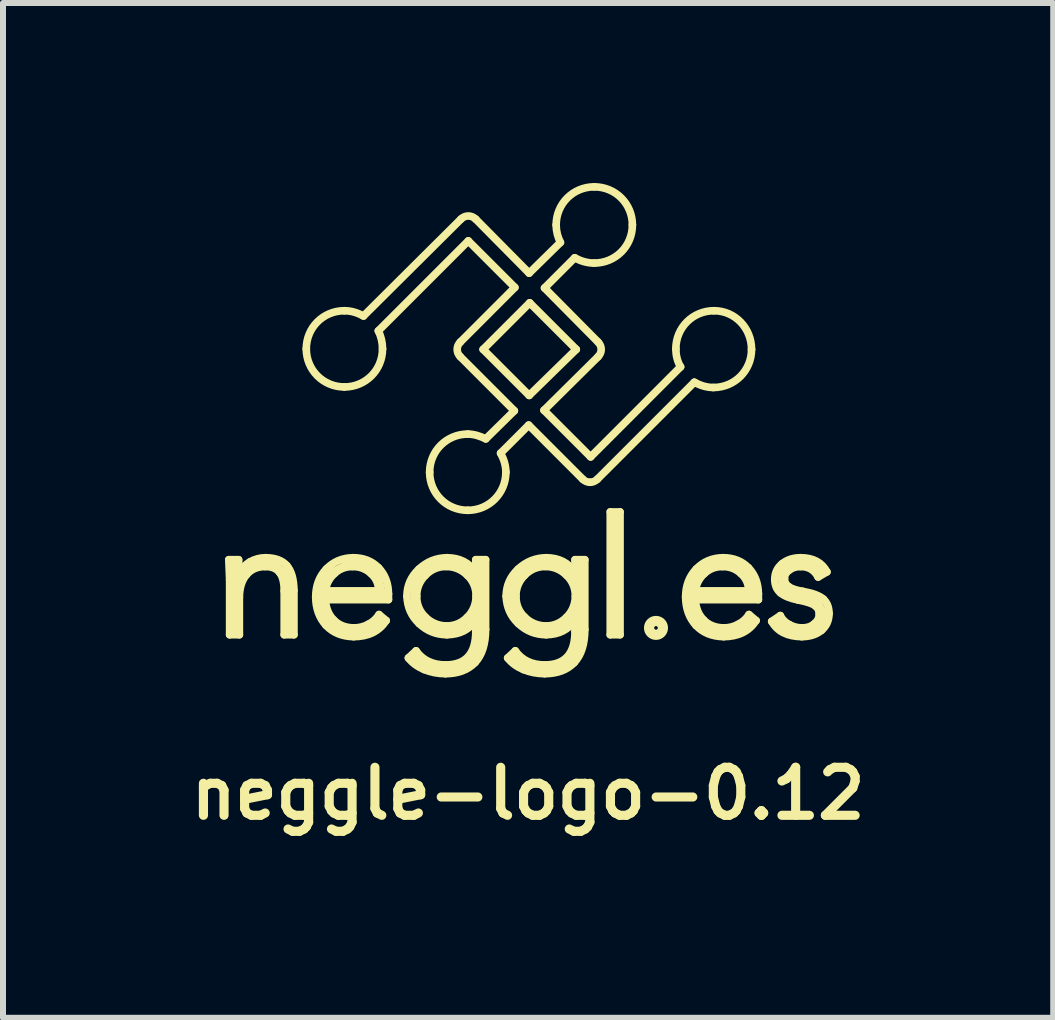
<source format=kicad_pcb>
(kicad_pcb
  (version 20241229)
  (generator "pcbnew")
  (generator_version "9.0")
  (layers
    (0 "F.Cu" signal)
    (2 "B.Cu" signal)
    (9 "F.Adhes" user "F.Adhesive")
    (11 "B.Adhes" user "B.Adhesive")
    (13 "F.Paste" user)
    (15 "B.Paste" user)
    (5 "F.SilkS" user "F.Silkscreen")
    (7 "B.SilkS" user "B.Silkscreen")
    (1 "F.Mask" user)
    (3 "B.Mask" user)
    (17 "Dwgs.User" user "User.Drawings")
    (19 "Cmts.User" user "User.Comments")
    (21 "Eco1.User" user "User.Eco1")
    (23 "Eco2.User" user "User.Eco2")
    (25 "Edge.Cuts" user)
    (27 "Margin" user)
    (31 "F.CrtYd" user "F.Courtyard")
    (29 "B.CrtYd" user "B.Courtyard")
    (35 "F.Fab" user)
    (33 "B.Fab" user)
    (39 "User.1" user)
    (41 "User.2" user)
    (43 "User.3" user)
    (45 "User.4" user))
  (footprint "neggle-logo-0.12"
    (layer "F.Cu")
    (at 5.749 9.671)
    (property "Reference" "neggle-logo-0.12" (at 0 0.5 0) (layer "F.SilkS") (effects (font (size 0.8 0.8) (thickness 0.152))))
    (attr through_hole)
    (fp_line (start -4.9 -3.325) (end -4.9 -3.1) (stroke (width 0.12) (type solid)) (layer "F.SilkS"))
    (fp_line (start -4.875 -3.025) (end -4.9 -2.25) (stroke (width 0.12) (type solid)) (layer "F.SilkS"))
    (fp_line (start -4.675 -3.275) (end -4.875 -3.025) (stroke (width 0.12) (type solid)) (layer "F.SilkS"))
    (fp_line (start -4.45 -3.325) (end -4.675 -3.275) (stroke (width 0.12) (type solid)) (layer "F.SilkS"))
    (fp_line (start -4.225 -3.325) (end -4.45 -3.325) (stroke (width 0.12) (type solid)) (layer "F.SilkS"))
    (fp_line (start -4.025 -3.15) (end -4.225 -3.325) (stroke (width 0.12) (type solid)) (layer "F.SilkS"))
    (fp_line (start -3.975 -2.225) (end -4.025 -3.15) (stroke (width 0.12) (type solid)) (layer "F.SilkS"))
    (fp_line (start -3.45 -2.875) (end -3.425 -2.525) (stroke (width 0.12) (type solid)) (layer "F.SilkS"))
    (fp_line (start -3.425 -2.8) (end -2.425 -2.8) (stroke (width 0.12) (type solid)) (layer "F.SilkS"))
    (fp_line (start -3.425 -2.525) (end -3.175 -2.25) (stroke (width 0.12) (type solid)) (layer "F.SilkS"))
    (fp_line (start -3.3 -3.175) (end -3.45 -2.875) (stroke (width 0.12) (type solid)) (layer "F.SilkS"))
    (fp_line (start -3.175 -2.25) (end -2.9 -2.175) (stroke (width 0.12) (type solid)) (layer "F.SilkS"))
    (fp_line (start -2.95 -3.35) (end -3.3 -3.175) (stroke (width 0.12) (type solid)) (layer "F.SilkS"))
    (fp_line (start -2.9 -3.35) (end -2.6 -3.25) (stroke (width 0.12) (type solid)) (layer "F.SilkS"))
    (fp_line (start -2.9 -2.175) (end -2.475 -2.375) (stroke (width 0.12) (type solid)) (layer "F.SilkS"))
    (fp_line (start -2.6 -3.25) (end -2.525 -3.15) (stroke (width 0.12) (type solid)) (layer "F.SilkS"))
    (fp_line (start -2.525 -3.15) (end -2.95 -3.35) (stroke (width 0.12) (type solid)) (layer "F.SilkS"))
    (fp_line (start -2.475 -2.375) (end -2.675 -2.2) (stroke (width 0.12) (type solid)) (layer "F.SilkS"))
    (fp_line (start -2.425 -2.8) (end -2.5 -3.15) (stroke (width 0.12) (type solid)) (layer "F.SilkS"))
    (fp_line (start -1.9 -3) (end -1.675 -3.25) (stroke (width 0.12) (type solid)) (layer "F.SilkS"))
    (fp_line (start -1.9 -2.625) (end -1.9 -3) (stroke (width 0.12) (type solid)) (layer "F.SilkS"))
    (fp_line (start -1.75 -1.65) (end -1.875 -1.75) (stroke (width 0.12) (type solid)) (layer "F.SilkS"))
    (fp_line (start -1.675 -3.25) (end -1.45 -3.35) (stroke (width 0.12) (type solid)) (layer "F.SilkS"))
    (fp_line (start -1.675 -2.3) (end -1.9 -2.625) (stroke (width 0.12) (type solid)) (layer "F.SilkS"))
    (fp_line (start -1.575 -2.275) (end -1.375 -2.2) (stroke (width 0.12) (type solid)) (layer "F.SilkS"))
    (fp_line (start -1.45 -3.35) (end -1.1 -3.3) (stroke (width 0.12) (type solid)) (layer "F.SilkS"))
    (fp_line (start -1.325 -1.575) (end -1.75 -1.65) (stroke (width 0.12) (type solid)) (layer "F.SilkS"))
    (fp_line (start -1.175 -2.25) (end -1.675 -2.3) (stroke (width 0.12) (type solid)) (layer "F.SilkS"))
    (fp_line (start -1.1 -3.3) (end -0.875 -3.075) (stroke (width 0.12) (type solid)) (layer "F.SilkS"))
    (fp_line (start -1 -1.7) (end -1.325 -1.575) (stroke (width 0.12) (type solid)) (layer "F.SilkS"))
    (fp_line (start -0.86 -3.1) (end -0.87 -2.5) (stroke (width 0.12) (type solid)) (layer "F.SilkS"))
    (fp_line (start -0.85 -2.55) (end -1.175 -2.25) (stroke (width 0.12) (type solid)) (layer "F.SilkS"))
    (fp_line (start -0.8 -3.325) (end -0.8 -2) (stroke (width 0.12) (type solid)) (layer "F.SilkS"))
    (fp_line (start -0.8 -2) (end -0.95 -1.75) (stroke (width 0.12) (type solid)) (layer "F.SilkS"))
    (fp_line (start -0.275 -2.825) (end -0.15 -3.15) (stroke (width 0.12) (type solid)) (layer "F.SilkS"))
    (fp_line (start -0.2 -2.475) (end -0.275 -2.825) (stroke (width 0.12) (type solid)) (layer "F.SilkS"))
    (fp_line (start -0.15 -3.15) (end 0.1 -3.3) (stroke (width 0.12) (type solid)) (layer "F.SilkS"))
    (fp_line (start 0.075 -2.275) (end -0.2 -2.475) (stroke (width 0.12) (type solid)) (layer "F.SilkS"))
    (fp_line (start 0.1 -3.3) (end 0.4 -3.35) (stroke (width 0.12) (type solid)) (layer "F.SilkS"))
    (fp_line (start 0.3 -1.55) (end -0.25 -1.75) (stroke (width 0.12) (type solid)) (layer "F.SilkS"))
    (fp_line (start 0.4 -3.35) (end 0.65 -3.225) (stroke (width 0.12) (type solid)) (layer "F.SilkS"))
    (fp_line (start 0.45 -2.225) (end 0.075 -2.275) (stroke (width 0.12) (type solid)) (layer "F.SilkS"))
    (fp_line (start 0.65 -3.225) (end 0.8 -3.05) (stroke (width 0.12) (type solid)) (layer "F.SilkS"))
    (fp_line (start 0.75 -2.5) (end 0.5 -2.225) (stroke (width 0.12) (type solid)) (layer "F.SilkS"))
    (fp_line (start 0.8 -1.775) (end 0.3 -1.55) (stroke (width 0.12) (type solid)) (layer "F.SilkS"))
    (fp_line (start 0.85 -2.325) (end 0.85 -2.025) (stroke (width 0.12) (type solid)) (layer "F.SilkS"))
    (fp_line (start 0.875 -3.3) (end 0.8 -1.775) (stroke (width 0.12) (type solid)) (layer "F.SilkS"))
    (fp_line (start 1.45 -4.1) (end 1.45 -2.2) (stroke (width 0.12) (type solid)) (layer "F.SilkS"))
    (fp_line (start 2.7 -2.9) (end 2.7 -2.7) (stroke (width 0.12) (type solid)) (layer "F.SilkS"))
    (fp_line (start 2.7 -2.8) (end 3.75 -2.8) (stroke (width 0.12) (type solid)) (layer "F.SilkS"))
    (fp_line (start 2.7 -2.7) (end 2.8 -2.45) (stroke (width 0.12) (type solid)) (layer "F.SilkS"))
    (fp_line (start 2.75 -3.05) (end 2.7 -2.9) (stroke (width 0.12) (type solid)) (layer "F.SilkS"))
    (fp_line (start 2.8 -2.45) (end 2.9 -2.3) (stroke (width 0.12) (type solid)) (layer "F.SilkS"))
    (fp_line (start 2.85 -3.2) (end 2.75 -3.05) (stroke (width 0.12) (type solid)) (layer "F.SilkS"))
    (fp_line (start 2.9 -2.3) (end 3.15 -2.2) (stroke (width 0.12) (type solid)) (layer "F.SilkS"))
    (fp_line (start 3.1 -3.3) (end 2.85 -3.2) (stroke (width 0.12) (type solid)) (layer "F.SilkS"))
    (fp_line (start 3.15 -2.2) (end 3.45 -2.2) (stroke (width 0.12) (type solid)) (layer "F.SilkS"))
    (fp_line (start 3.4 -3.35) (end 3.1 -3.3) (stroke (width 0.12) (type solid)) (layer "F.SilkS"))
    (fp_line (start 3.45 -2.2) (end 3.65 -2.35) (stroke (width 0.12) (type solid)) (layer "F.SilkS"))
    (fp_line (start 3.6 -3.2) (end 3.4 -3.35) (stroke (width 0.12) (type solid)) (layer "F.SilkS"))
    (fp_line (start 3.675 -2.4) (end 3.725 -2.375) (stroke (width 0.12) (type solid)) (layer "F.SilkS"))
    (fp_line (start 3.75 -2.95) (end 3.6 -3.2) (stroke (width 0.12) (type solid)) (layer "F.SilkS"))
    (fp_line (start 3.75 -2.8) (end 3.75 -2.95) (stroke (width 0.12) (type solid)) (layer "F.SilkS"))
    (fp_line (start 4.175 -2.325) (end 4.525 -2.15) (stroke (width 0.12) (type solid)) (layer "F.SilkS"))
    (fp_line (start 4.2 -3.2) (end 4.45 -3.35) (stroke (width 0.12) (type solid)) (layer "F.SilkS"))
    (fp_line (start 4.2 -2.35) (end 4.35 -2.25) (stroke (width 0.12) (type solid)) (layer "F.SilkS"))
    (fp_line (start 4.25 -2.9) (end 4.2 -3.2) (stroke (width 0.12) (type solid)) (layer "F.SilkS"))
    (fp_line (start 4.35 -2.25) (end 4.6 -2.2) (stroke (width 0.12) (type solid)) (layer "F.SilkS"))
    (fp_line (start 4.45 -3.35) (end 4.65 -3.35) (stroke (width 0.12) (type solid)) (layer "F.SilkS"))
    (fp_line (start 4.6 -2.2) (end 4.8 -2.25) (stroke (width 0.12) (type solid)) (layer "F.SilkS"))
    (fp_line (start 4.65 -3.35) (end 4.85 -3.2) (stroke (width 0.12) (type solid)) (layer "F.SilkS"))
    (fp_line (start 4.8 -2.75) (end 4.25 -2.9) (stroke (width 0.12) (type solid)) (layer "F.SilkS"))
    (fp_line (start 4.8 -2.25) (end 4.95 -2.45) (stroke (width 0.12) (type solid)) (layer "F.SilkS"))
    (fp_line (start 4.95 -2.45) (end 4.8 -2.75) (stroke (width 0.12) (type solid)) (layer "F.SilkS"))
    (fp_circle (center 2.13 -2.26) (end 2.16 -2.26) (stroke (width 0.12) (type solid)) (fill no) (layer "F.SilkS"))
    (fp_circle (center 2.13 -2.26) (end 2.27 -2.27) (stroke (width 0.12) (type solid)) (fill no) (layer "F.SilkS"))
    (fp_curve (pts (xy -4.987 -3.396) (xy -4.987 -3.396) (xy -4.824 -3.396) (xy -4.824 -3.396)) (stroke (width 0.127) (type solid)) (layer "F.SilkS"))
    (fp_curve (pts (xy -4.973 -3.058) (xy -4.975 -3.11) (xy -4.98 -3.223) (xy -4.987 -3.396)) (stroke (width 0.127) (type solid)) (layer "F.SilkS"))
    (fp_curve (pts (xy -4.973 -2.146) (xy -4.973 -2.146) (xy -4.973 -3.058) (xy -4.973 -3.058)) (stroke (width 0.127) (type solid)) (layer "F.SilkS"))
    (fp_curve (pts (xy -4.824 -3.396) (xy -4.821 -3.254) (xy -4.817 -3.181) (xy -4.814 -3.177)) (stroke (width 0.127) (type solid)) (layer "F.SilkS"))
    (fp_curve (pts (xy -4.814 -3.177) (xy -4.814 -3.177) (xy -4.806 -3.177) (xy -4.806 -3.177)) (stroke (width 0.127) (type solid)) (layer "F.SilkS"))
    (fp_curve (pts (xy -4.811 -2.766) (xy -4.811 -2.766) (xy -4.811 -2.146) (xy -4.811 -2.146)) (stroke (width 0.127) (type solid)) (layer "F.SilkS"))
    (fp_curve (pts (xy -4.811 -2.146) (xy -4.811 -2.146) (xy -4.973 -2.146) (xy -4.973 -2.146)) (stroke (width 0.127) (type solid)) (layer "F.SilkS"))
    (fp_curve (pts (xy -4.806 -3.177) (xy -4.769 -3.253) (xy -4.712 -3.314) (xy -4.634 -3.36)) (stroke (width 0.127) (type solid)) (layer "F.SilkS"))
    (fp_curve (pts (xy -4.692 -3.146) (xy -4.769 -3.055) (xy -4.809 -2.928) (xy -4.811 -2.766)) (stroke (width 0.127) (type solid)) (layer "F.SilkS"))
    (fp_curve (pts (xy -4.634 -3.36) (xy -4.556 -3.405) (xy -4.468 -3.429) (xy -4.378 -3.429)) (stroke (width 0.127) (type solid)) (layer "F.SilkS"))
    (fp_curve (pts (xy -4.378 -3.429) (xy -4.216 -3.429) (xy -4.096 -3.385) (xy -4.02 -3.297)) (stroke (width 0.127) (type solid)) (layer "F.SilkS"))
    (fp_curve (pts (xy -4.378 -3.282) (xy -4.51 -3.282) (xy -4.614 -3.237) (xy -4.692 -3.146)) (stroke (width 0.127) (type solid)) (layer "F.SilkS"))
    (fp_curve (pts (xy -4.141 -3.184) (xy -4.193 -3.25) (xy -4.272 -3.282) (xy -4.378 -3.282)) (stroke (width 0.127) (type solid)) (layer "F.SilkS"))
    (fp_curve (pts (xy -4.064 -2.877) (xy -4.064 -3.016) (xy -4.09 -3.118) (xy -4.141 -3.184)) (stroke (width 0.127) (type solid)) (layer "F.SilkS"))
    (fp_curve (pts (xy -4.064 -2.146) (xy -4.064 -2.146) (xy -4.064 -2.877) (xy -4.064 -2.877)) (stroke (width 0.127) (type solid)) (layer "F.SilkS"))
    (fp_curve (pts (xy -4.02 -3.297) (xy -3.943 -3.21) (xy -3.904 -3.072) (xy -3.902 -2.885)) (stroke (width 0.127) (type solid)) (layer "F.SilkS"))
    (fp_curve (pts (xy -3.902 -2.885) (xy -3.902 -2.885) (xy -3.902 -2.146) (xy -3.902 -2.146)) (stroke (width 0.127) (type solid)) (layer "F.SilkS"))
    (fp_curve (pts (xy -3.902 -2.146) (xy -3.902 -2.146) (xy -4.064 -2.146) (xy -4.064 -2.146)) (stroke (width 0.127) (type solid)) (layer "F.SilkS"))
    (fp_curve (pts (xy -3.696 -6.909) (xy -3.696 -6.556) (xy -3.414 -6.274) (xy -3.061 -6.274)) (stroke (width 0.127) (type solid)) (layer "F.SilkS"))
    (fp_curve (pts (xy -3.539 -2.774) (xy -3.539 -2.962) (xy -3.48 -3.117) (xy -3.362 -3.241)) (stroke (width 0.127) (type solid)) (layer "F.SilkS"))
    (fp_curve (pts (xy -3.377 -2.731) (xy -3.37 -2.59) (xy -3.323 -2.477) (xy -3.238 -2.391)) (stroke (width 0.127) (type solid)) (layer "F.SilkS"))
    (fp_curve (pts (xy -3.377 -2.877) (xy -3.377 -2.877) (xy -2.49 -2.877) (xy -2.49 -2.877)) (stroke (width 0.127) (type solid)) (layer "F.SilkS"))
    (fp_curve (pts (xy -3.365 -2.3) (xy -3.479 -2.423) (xy -3.538 -2.581) (xy -3.539 -2.774)) (stroke (width 0.127) (type solid)) (layer "F.SilkS"))
    (fp_curve (pts (xy -3.362 -3.241) (xy -3.244 -3.364) (xy -3.095 -3.427) (xy -2.914 -3.429)) (stroke (width 0.127) (type solid)) (layer "F.SilkS"))
    (fp_curve (pts (xy -3.238 -2.391) (xy -3.152 -2.305) (xy -3.041 -2.262) (xy -2.904 -2.26)) (stroke (width 0.127) (type solid)) (layer "F.SilkS"))
    (fp_curve (pts (xy -3.228 -3.165) (xy -3.313 -3.086) (xy -3.363 -2.99) (xy -3.377 -2.877)) (stroke (width 0.127) (type solid)) (layer "F.SilkS"))
    (fp_curve (pts (xy -3.061 -7.544) (xy -3.414 -7.544) (xy -3.696 -7.262) (xy -3.696 -6.909)) (stroke (width 0.127) (type solid)) (layer "F.SilkS"))
    (fp_curve (pts (xy -3.061 -6.274) (xy -2.708 -6.274) (xy -2.426 -6.556) (xy -2.426 -6.909)) (stroke (width 0.127) (type solid)) (layer "F.SilkS"))
    (fp_curve (pts (xy -2.925 -3.282) (xy -3.042 -3.282) (xy -3.143 -3.243) (xy -3.228 -3.165)) (stroke (width 0.127) (type solid)) (layer "F.SilkS"))
    (fp_curve (pts (xy -2.914 -3.429) (xy -2.741 -3.429) (xy -2.601 -3.373) (xy -2.492 -3.261)) (stroke (width 0.127) (type solid)) (layer "F.SilkS"))
    (fp_curve (pts (xy -2.906 -2.114) (xy -3.097 -2.116) (xy -3.25 -2.178) (xy -3.365 -2.3)) (stroke (width 0.127) (type solid)) (layer "F.SilkS"))
    (fp_curve (pts (xy -2.904 -2.26) (xy -2.819 -2.26) (xy -2.738 -2.28) (xy -2.661 -2.321)) (stroke (width 0.127) (type solid)) (layer "F.SilkS"))
    (fp_curve (pts (xy -2.743 -7.456) (xy -2.84 -7.509) (xy -2.946 -7.544) (xy -3.061 -7.544)) (stroke (width 0.127) (type solid)) (layer "F.SilkS"))
    (fp_curve (pts (xy -2.661 -2.321) (xy -2.585 -2.361) (xy -2.526 -2.415) (xy -2.484 -2.482)) (stroke (width 0.127) (type solid)) (layer "F.SilkS"))
    (fp_curve (pts (xy -2.617 -3.165) (xy -2.702 -3.243) (xy -2.804 -3.282) (xy -2.925 -3.282)) (stroke (width 0.127) (type solid)) (layer "F.SilkS"))
    (fp_curve (pts (xy -2.496 -7.209) (xy -2.496 -7.209) (xy -0.997 -8.708) (xy -0.997 -8.708)) (stroke (width 0.127) (type solid)) (layer "F.SilkS"))
    (fp_curve (pts (xy -2.492 -3.261) (xy -2.384 -3.149) (xy -2.329 -3.005) (xy -2.327 -2.828)) (stroke (width 0.127) (type solid)) (layer "F.SilkS"))
    (fp_curve (pts (xy -2.49 -2.877) (xy -2.49 -2.99) (xy -2.532 -3.086) (xy -2.617 -3.165)) (stroke (width 0.127) (type solid)) (layer "F.SilkS"))
    (fp_curve (pts (xy -2.484 -2.482) (xy -2.484 -2.482) (xy -2.365 -2.382) (xy -2.365 -2.382)) (stroke (width 0.127) (type solid)) (layer "F.SilkS"))
    (fp_curve (pts (xy -2.426 -6.909) (xy -2.426 -7.015) (xy -2.452 -7.121) (xy -2.496 -7.209)) (stroke (width 0.127) (type solid)) (layer "F.SilkS"))
    (fp_curve (pts (xy -2.365 -2.382) (xy -2.482 -2.203) (xy -2.663 -2.114) (xy -2.906 -2.114)) (stroke (width 0.127) (type solid)) (layer "F.SilkS"))
    (fp_curve (pts (xy -2.327 -2.828) (xy -2.327 -2.828) (xy -2.327 -2.731) (xy -2.327 -2.731)) (stroke (width 0.127) (type solid)) (layer "F.SilkS"))
    (fp_curve (pts (xy -2.327 -2.731) (xy -2.327 -2.731) (xy -3.377 -2.731) (xy -3.377 -2.731)) (stroke (width 0.127) (type solid)) (layer "F.SilkS"))
    (fp_curve (pts (xy -2.019 -2.788) (xy -2.019 -2.964) (xy -1.953 -3.115) (xy -1.82 -3.239)) (stroke (width 0.127) (type solid)) (layer "F.SilkS"))
    (fp_curve (pts (xy -1.995 -1.759) (xy -1.995 -1.759) (xy -1.867 -1.878) (xy -1.867 -1.878)) (stroke (width 0.127) (type solid)) (layer "F.SilkS"))
    (fp_curve (pts (xy -1.867 -1.878) (xy -1.756 -1.721) (xy -1.591 -1.643) (xy -1.375 -1.643)) (stroke (width 0.127) (type solid)) (layer "F.SilkS"))
    (fp_curve (pts (xy -1.857 -2.787) (xy -1.857 -2.65) (xy -1.808 -2.534) (xy -1.712 -2.44)) (stroke (width 0.127) (type solid)) (layer "F.SilkS"))
    (fp_curve (pts (xy -1.82 -3.239) (xy -1.687 -3.364) (xy -1.531 -3.427) (xy -1.351 -3.429)) (stroke (width 0.127) (type solid)) (layer "F.SilkS"))
    (fp_curve (pts (xy -1.816 -2.332) (xy -1.946 -2.455) (xy -2.013 -2.607) (xy -2.019 -2.788)) (stroke (width 0.127) (type solid)) (layer "F.SilkS"))
    (fp_curve (pts (xy -1.732 -1.566) (xy -1.842 -1.612) (xy -1.93 -1.676) (xy -1.995 -1.759)) (stroke (width 0.127) (type solid)) (layer "F.SilkS"))
    (fp_curve (pts (xy -1.713 -3.135) (xy -1.809 -3.037) (xy -1.857 -2.921) (xy -1.857 -2.787)) (stroke (width 0.127) (type solid)) (layer "F.SilkS"))
    (fp_curve (pts (xy -1.712 -2.44) (xy -1.615 -2.345) (xy -1.498 -2.296) (xy -1.361 -2.292)) (stroke (width 0.127) (type solid)) (layer "F.SilkS"))
    (fp_curve (pts (xy -1.641 -4.854) (xy -1.641 -4.501) (xy -1.359 -4.219) (xy -1.006 -4.219)) (stroke (width 0.127) (type solid)) (layer "F.SilkS"))
    (fp_curve (pts (xy -1.378 -1.497) (xy -1.504 -1.497) (xy -1.622 -1.52) (xy -1.732 -1.566)) (stroke (width 0.127) (type solid)) (layer "F.SilkS"))
    (fp_curve (pts (xy -1.375 -1.643) (xy -1.039 -1.643) (xy -0.872 -1.83) (xy -0.872 -2.203)) (stroke (width 0.127) (type solid)) (layer "F.SilkS"))
    (fp_curve (pts (xy -1.364 -3.283) (xy -1.501 -3.283) (xy -1.618 -3.233) (xy -1.713 -3.135)) (stroke (width 0.127) (type solid)) (layer "F.SilkS"))
    (fp_curve (pts (xy -1.361 -2.292) (xy -1.226 -2.292) (xy -1.111 -2.34) (xy -1.015 -2.436)) (stroke (width 0.127) (type solid)) (layer "F.SilkS"))
    (fp_curve (pts (xy -1.351 -2.146) (xy -1.531 -2.146) (xy -1.686 -2.208) (xy -1.816 -2.332)) (stroke (width 0.127) (type solid)) (layer "F.SilkS"))
    (fp_curve (pts (xy -1.351 -3.429) (xy -1.138 -3.427) (xy -0.98 -3.346) (xy -0.877 -3.185)) (stroke (width 0.127) (type solid)) (layer "F.SilkS"))
    (fp_curve (pts (xy -1.129 -7.023) (xy -1.2 -6.953) (xy -1.2 -6.847) (xy -1.129 -6.777)) (stroke (width 0.127) (type solid)) (layer "F.SilkS"))
    (fp_curve (pts (xy -1.129 -6.777) (xy -1.129 -6.777) (xy -0.23 -5.877) (xy -0.23 -5.877)) (stroke (width 0.127) (type solid)) (layer "F.SilkS"))
    (fp_curve (pts (xy -1.12 -9.07) (xy -1.12 -9.07) (xy -2.743 -7.456) (xy -2.743 -7.456)) (stroke (width 0.127) (type solid)) (layer "F.SilkS"))
    (fp_curve (pts (xy -1.015 -2.436) (xy -0.92 -2.531) (xy -0.87 -2.649) (xy -0.866 -2.787)) (stroke (width 0.127) (type solid)) (layer "F.SilkS"))
    (fp_curve (pts (xy -1.012 -3.136) (xy -1.11 -3.232) (xy -1.227 -3.281) (xy -1.364 -3.283)) (stroke (width 0.127) (type solid)) (layer "F.SilkS"))
    (fp_curve (pts (xy -1.006 -5.489) (xy -1.359 -5.489) (xy -1.641 -5.206) (xy -1.641 -4.854)) (stroke (width 0.127) (type solid)) (layer "F.SilkS"))
    (fp_curve (pts (xy -1.006 -4.219) (xy -0.653 -4.219) (xy -0.371 -4.501) (xy -0.371 -4.854)) (stroke (width 0.127) (type solid)) (layer "F.SilkS"))
    (fp_curve (pts (xy -0.997 -8.708) (xy -0.997 -8.708) (xy -0.221 -7.932) (xy -0.221 -7.932)) (stroke (width 0.127) (type solid)) (layer "F.SilkS"))
    (fp_curve (pts (xy -0.885 -1.682) (xy -1.003 -1.559) (xy -1.167 -1.497) (xy -1.378 -1.497)) (stroke (width 0.127) (type solid)) (layer "F.SilkS"))
    (fp_curve (pts (xy -0.877 -2.39) (xy -0.978 -2.231) (xy -1.136 -2.15) (xy -1.351 -2.146)) (stroke (width 0.127) (type solid)) (layer "F.SilkS"))
    (fp_curve (pts (xy -0.877 -3.185) (xy -0.877 -3.185) (xy -0.872 -3.185) (xy -0.872 -3.185)) (stroke (width 0.127) (type solid)) (layer "F.SilkS"))
    (fp_curve (pts (xy -0.873 -9.07) (xy -0.944 -9.14) (xy -1.05 -9.14) (xy -1.12 -9.07)) (stroke (width 0.127) (type solid)) (layer "F.SilkS"))
    (fp_curve (pts (xy -0.872 -3.396) (xy -0.872 -3.396) (xy -0.709 -3.396) (xy -0.709 -3.396)) (stroke (width 0.127) (type solid)) (layer "F.SilkS"))
    (fp_curve (pts (xy -0.872 -3.185) (xy -0.872 -3.185) (xy -0.872 -3.396) (xy -0.872 -3.396)) (stroke (width 0.127) (type solid)) (layer "F.SilkS"))
    (fp_curve (pts (xy -0.872 -2.39) (xy -0.872 -2.39) (xy -0.877 -2.39) (xy -0.877 -2.39)) (stroke (width 0.127) (type solid)) (layer "F.SilkS"))
    (fp_curve (pts (xy -0.872 -2.203) (xy -0.872 -2.203) (xy -0.872 -2.39) (xy -0.872 -2.39)) (stroke (width 0.127) (type solid)) (layer "F.SilkS"))
    (fp_curve (pts (xy -0.866 -2.787) (xy -0.866 -2.925) (xy -0.915 -3.041) (xy -1.012 -3.136)) (stroke (width 0.127) (type solid)) (layer "F.SilkS"))
    (fp_curve (pts (xy -0.75 -6.9) (xy -0.75 -6.9) (xy 0.026 -7.676) (xy 0.026 -7.676)) (stroke (width 0.127) (type solid)) (layer "F.SilkS"))
    (fp_curve (pts (xy -0.709 -3.396) (xy -0.709 -3.396) (xy -0.709 -2.233) (xy -0.709 -2.233)) (stroke (width 0.127) (type solid)) (layer "F.SilkS"))
    (fp_curve (pts (xy -0.709 -2.233) (xy -0.709 -1.989) (xy -0.768 -1.806) (xy -0.885 -1.682)) (stroke (width 0.127) (type solid)) (layer "F.SilkS"))
    (fp_curve (pts (xy -0.706 -5.409) (xy -0.794 -5.453) (xy -0.9 -5.489) (xy -1.006 -5.489)) (stroke (width 0.127) (type solid)) (layer "F.SilkS"))
    (fp_curve (pts (xy -0.459 -5.171) (xy -0.459 -5.171) (xy 0.009 -5.639) (xy 0.009 -5.639)) (stroke (width 0.127) (type solid)) (layer "F.SilkS"))
    (fp_curve (pts (xy -0.371 -4.854) (xy -0.371 -4.968) (xy -0.406 -5.074) (xy -0.459 -5.171)) (stroke (width 0.127) (type solid)) (layer "F.SilkS"))
    (fp_curve (pts (xy -0.366 -2.788) (xy -0.366 -2.964) (xy -0.299 -3.115) (xy -0.167 -3.239)) (stroke (width 0.127) (type solid)) (layer "F.SilkS"))
    (fp_curve (pts (xy -0.341 -1.759) (xy -0.341 -1.759) (xy -0.214 -1.878) (xy -0.214 -1.878)) (stroke (width 0.127) (type solid)) (layer "F.SilkS"))
    (fp_curve (pts (xy -0.23 -5.877) (xy -0.23 -5.877) (xy -0.706 -5.409) (xy -0.706 -5.409)) (stroke (width 0.127) (type solid)) (layer "F.SilkS"))
    (fp_curve (pts (xy -0.221 -7.932) (xy -0.221 -7.932) (xy -1.129 -7.023) (xy -1.129 -7.023)) (stroke (width 0.127) (type solid)) (layer "F.SilkS"))
    (fp_curve (pts (xy -0.214 -1.878) (xy -0.102 -1.721) (xy 0.062 -1.643) (xy 0.278 -1.643)) (stroke (width 0.127) (type solid)) (layer "F.SilkS"))
    (fp_curve (pts (xy -0.203 -2.787) (xy -0.203 -2.65) (xy -0.155 -2.534) (xy -0.059 -2.44)) (stroke (width 0.127) (type solid)) (layer "F.SilkS"))
    (fp_curve (pts (xy -0.167 -3.239) (xy -0.034 -3.364) (xy 0.122 -3.427) (xy 0.302 -3.429)) (stroke (width 0.127) (type solid)) (layer "F.SilkS"))
    (fp_curve (pts (xy -0.163 -2.332) (xy -0.293 -2.455) (xy -0.36 -2.607) (xy -0.366 -2.788)) (stroke (width 0.127) (type solid)) (layer "F.SilkS"))
    (fp_curve (pts (xy -0.079 -1.566) (xy -0.189 -1.612) (xy -0.277 -1.676) (xy -0.341 -1.759)) (stroke (width 0.127) (type solid)) (layer "F.SilkS"))
    (fp_curve (pts (xy -0.06 -3.135) (xy -0.156 -3.037) (xy -0.203 -2.921) (xy -0.203 -2.787)) (stroke (width 0.127) (type solid)) (layer "F.SilkS"))
    (fp_curve (pts (xy -0.059 -2.44) (xy 0.038 -2.345) (xy 0.155 -2.296) (xy 0.292 -2.292)) (stroke (width 0.127) (type solid)) (layer "F.SilkS"))
    (fp_curve (pts (xy 0.009 -5.639) (xy 0.009 -5.639) (xy 0.908 -4.739) (xy 0.908 -4.739)) (stroke (width 0.127) (type solid)) (layer "F.SilkS"))
    (fp_curve (pts (xy 0.017 -8.17) (xy 0.017 -8.17) (xy -0.873 -9.07) (xy -0.873 -9.07)) (stroke (width 0.127) (type solid)) (layer "F.SilkS"))
    (fp_curve (pts (xy 0.017 -6.133) (xy 0.017 -6.133) (xy -0.75 -6.9) (xy -0.75 -6.9)) (stroke (width 0.127) (type solid)) (layer "F.SilkS"))
    (fp_curve (pts (xy 0.026 -7.676) (xy 0.026 -7.676) (xy 0.802 -6.9) (xy 0.802 -6.9)) (stroke (width 0.127) (type solid)) (layer "F.SilkS"))
    (fp_curve (pts (xy 0.264 -5.886) (xy 0.264 -5.886) (xy 1.164 -6.777) (xy 1.164 -6.777)) (stroke (width 0.127) (type solid)) (layer "F.SilkS"))
    (fp_curve (pts (xy 0.273 -7.923) (xy 0.273 -7.923) (xy 0.776 -8.426) (xy 0.776 -8.426)) (stroke (width 0.127) (type solid)) (layer "F.SilkS"))
    (fp_curve (pts (xy 0.275 -1.497) (xy 0.149 -1.497) (xy 0.031 -1.52) (xy -0.079 -1.566)) (stroke (width 0.127) (type solid)) (layer "F.SilkS"))
    (fp_curve (pts (xy 0.278 -1.643) (xy 0.614 -1.643) (xy 0.781 -1.83) (xy 0.781 -2.203)) (stroke (width 0.127) (type solid)) (layer "F.SilkS"))
    (fp_curve (pts (xy 0.289 -3.283) (xy 0.152 -3.283) (xy 0.036 -3.233) (xy -0.06 -3.135)) (stroke (width 0.127) (type solid)) (layer "F.SilkS"))
    (fp_curve (pts (xy 0.292 -2.292) (xy 0.427 -2.292) (xy 0.542 -2.34) (xy 0.638 -2.436)) (stroke (width 0.127) (type solid)) (layer "F.SilkS"))
    (fp_curve (pts (xy 0.302 -2.146) (xy 0.122 -2.146) (xy -0.033 -2.208) (xy -0.163 -2.332)) (stroke (width 0.127) (type solid)) (layer "F.SilkS"))
    (fp_curve (pts (xy 0.303 -3.429) (xy 0.515 -3.427) (xy 0.673 -3.346) (xy 0.776 -3.185)) (stroke (width 0.127) (type solid)) (layer "F.SilkS"))
    (fp_curve (pts (xy 0.467 -8.973) (xy 0.467 -8.867) (xy 0.494 -8.77) (xy 0.538 -8.682)) (stroke (width 0.127) (type solid)) (layer "F.SilkS"))
    (fp_curve (pts (xy 0.538 -8.682) (xy 0.538 -8.682) (xy 0.017 -8.17) (xy 0.017 -8.17)) (stroke (width 0.127) (type solid)) (layer "F.SilkS"))
    (fp_curve (pts (xy 0.638 -2.436) (xy 0.734 -2.531) (xy 0.783 -2.649) (xy 0.787 -2.787)) (stroke (width 0.127) (type solid)) (layer "F.SilkS"))
    (fp_curve (pts (xy 0.641 -3.136) (xy 0.543 -3.232) (xy 0.426 -3.281) (xy 0.289 -3.283)) (stroke (width 0.127) (type solid)) (layer "F.SilkS"))
    (fp_curve (pts (xy 0.768 -1.682) (xy 0.651 -1.559) (xy 0.486 -1.497) (xy 0.275 -1.497)) (stroke (width 0.127) (type solid)) (layer "F.SilkS"))
    (fp_curve (pts (xy 0.776 -2.39) (xy 0.675 -2.231) (xy 0.517 -2.15) (xy 0.302 -2.146)) (stroke (width 0.127) (type solid)) (layer "F.SilkS"))
    (fp_curve (pts (xy 0.776 -8.426) (xy 0.873 -8.373) (xy 0.979 -8.338) (xy 1.102 -8.338)) (stroke (width 0.127) (type solid)) (layer "F.SilkS"))
    (fp_curve (pts (xy 0.776 -3.185) (xy 0.776 -3.185) (xy 0.781 -3.185) (xy 0.781 -3.185)) (stroke (width 0.127) (type solid)) (layer "F.SilkS"))
    (fp_curve (pts (xy 0.781 -2.39) (xy 0.781 -2.39) (xy 0.776 -2.39) (xy 0.776 -2.39)) (stroke (width 0.127) (type solid)) (layer "F.SilkS"))
    (fp_curve (pts (xy 0.781 -2.203) (xy 0.781 -2.203) (xy 0.781 -2.39) (xy 0.781 -2.39)) (stroke (width 0.127) (type solid)) (layer "F.SilkS"))
    (fp_curve (pts (xy 0.781 -3.396) (xy 0.781 -3.396) (xy 0.944 -3.396) (xy 0.944 -3.396)) (stroke (width 0.127) (type solid)) (layer "F.SilkS"))
    (fp_curve (pts (xy 0.781 -3.185) (xy 0.781 -3.185) (xy 0.781 -3.396) (xy 0.781 -3.396)) (stroke (width 0.127) (type solid)) (layer "F.SilkS"))
    (fp_curve (pts (xy 0.787 -2.787) (xy 0.787 -2.925) (xy 0.738 -3.041) (xy 0.641 -3.136)) (stroke (width 0.127) (type solid)) (layer "F.SilkS"))
    (fp_curve (pts (xy 0.802 -6.9) (xy 0.802 -6.9) (xy 0.017 -6.133) (xy 0.017 -6.133)) (stroke (width 0.127) (type solid)) (layer "F.SilkS"))
    (fp_curve (pts (xy 0.908 -4.739) (xy 0.944 -4.704) (xy 0.988 -4.686) (xy 1.032 -4.686)) (stroke (width 0.127) (type solid)) (layer "F.SilkS"))
    (fp_curve (pts (xy 0.944 -3.396) (xy 0.944 -3.396) (xy 0.944 -2.233) (xy 0.944 -2.233)) (stroke (width 0.127) (type solid)) (layer "F.SilkS"))
    (fp_curve (pts (xy 0.944 -2.233) (xy 0.944 -1.989) (xy 0.885 -1.806) (xy 0.768 -1.682)) (stroke (width 0.127) (type solid)) (layer "F.SilkS"))
    (fp_curve (pts (xy 1.032 -4.686) (xy 1.076 -4.686) (xy 1.12 -4.704) (xy 1.155 -4.739)) (stroke (width 0.127) (type solid)) (layer "F.SilkS"))
    (fp_curve (pts (xy 1.041 -5.109) (xy 1.041 -5.109) (xy 0.264 -5.886) (xy 0.264 -5.886)) (stroke (width 0.127) (type solid)) (layer "F.SilkS"))
    (fp_curve (pts (xy 1.102 -9.608) (xy 0.749 -9.608) (xy 0.467 -9.326) (xy 0.467 -8.973)) (stroke (width 0.127) (type solid)) (layer "F.SilkS"))
    (fp_curve (pts (xy 1.102 -8.338) (xy 1.455 -8.338) (xy 1.737 -8.62) (xy 1.737 -8.973)) (stroke (width 0.127) (type solid)) (layer "F.SilkS"))
    (fp_curve (pts (xy 1.155 -4.739) (xy 1.155 -4.739) (xy 2.769 -6.353) (xy 2.769 -6.353)) (stroke (width 0.127) (type solid)) (layer "F.SilkS"))
    (fp_curve (pts (xy 1.164 -7.023) (xy 1.164 -7.023) (xy 0.273 -7.923) (xy 0.273 -7.923)) (stroke (width 0.127) (type solid)) (layer "F.SilkS"))
    (fp_curve (pts (xy 1.164 -6.777) (xy 1.235 -6.847) (xy 1.235 -6.953) (xy 1.164 -7.023)) (stroke (width 0.127) (type solid)) (layer "F.SilkS"))
    (fp_curve (pts (xy 1.368 -2.146) (xy 1.368 -2.146) (xy 1.368 -4.192) (xy 1.368 -4.192)) (stroke (width 0.127) (type solid)) (layer "F.SilkS"))
    (fp_curve (pts (xy 1.369 -4.192) (xy 1.369 -4.192) (xy 1.531 -4.192) (xy 1.531 -4.192)) (stroke (width 0.127) (type solid)) (layer "F.SilkS"))
    (fp_curve (pts (xy 1.531 -4.192) (xy 1.531 -4.192) (xy 1.531 -2.146) (xy 1.531 -2.146)) (stroke (width 0.127) (type solid)) (layer "F.SilkS"))
    (fp_curve (pts (xy 1.531 -2.146) (xy 1.531 -2.146) (xy 1.368 -2.146) (xy 1.368 -2.146)) (stroke (width 0.127) (type solid)) (layer "F.SilkS"))
    (fp_curve (pts (xy 1.737 -8.973) (xy 1.737 -9.326) (xy 1.455 -9.608) (xy 1.102 -9.608)) (stroke (width 0.127) (type solid)) (layer "F.SilkS"))
    (fp_curve (pts (xy 2.461 -6.909) (xy 2.461 -6.803) (xy 2.487 -6.697) (xy 2.54 -6.609)) (stroke (width 0.127) (type solid)) (layer "F.SilkS"))
    (fp_curve (pts (xy 2.54 -6.609) (xy 2.54 -6.609) (xy 1.041 -5.109) (xy 1.041 -5.109)) (stroke (width 0.127) (type solid)) (layer "F.SilkS"))
    (fp_curve (pts (xy 2.624 -2.774) (xy 2.624 -2.962) (xy 2.683 -3.117) (xy 2.801 -3.241)) (stroke (width 0.127) (type solid)) (layer "F.SilkS"))
    (fp_curve (pts (xy 2.769 -6.353) (xy 2.866 -6.3) (xy 2.972 -6.265) (xy 3.087 -6.265)) (stroke (width 0.127) (type solid)) (layer "F.SilkS"))
    (fp_curve (pts (xy 2.786 -2.877) (xy 2.786 -2.877) (xy 3.674 -2.877) (xy 3.674 -2.877)) (stroke (width 0.127) (type solid)) (layer "F.SilkS"))
    (fp_curve (pts (xy 2.786 -2.731) (xy 2.793 -2.59) (xy 2.84 -2.477) (xy 2.925 -2.391)) (stroke (width 0.127) (type solid)) (layer "F.SilkS"))
    (fp_curve (pts (xy 2.798 -2.3) (xy 2.684 -2.423) (xy 2.626 -2.581) (xy 2.624 -2.774)) (stroke (width 0.127) (type solid)) (layer "F.SilkS"))
    (fp_curve (pts (xy 2.801 -3.241) (xy 2.919 -3.364) (xy 3.068 -3.427) (xy 3.249 -3.429)) (stroke (width 0.127) (type solid)) (layer "F.SilkS"))
    (fp_curve (pts (xy 2.925 -2.391) (xy 3.011 -2.305) (xy 3.123 -2.262) (xy 3.26 -2.26)) (stroke (width 0.127) (type solid)) (layer "F.SilkS"))
    (fp_curve (pts (xy 2.935 -3.165) (xy 2.85 -3.086) (xy 2.801 -2.99) (xy 2.786 -2.877)) (stroke (width 0.127) (type solid)) (layer "F.SilkS"))
    (fp_curve (pts (xy 3.087 -6.265) (xy 3.44 -6.265) (xy 3.722 -6.547) (xy 3.722 -6.9)) (stroke (width 0.127) (type solid)) (layer "F.SilkS"))
    (fp_curve (pts (xy 3.096 -7.544) (xy 2.743 -7.544) (xy 2.461 -7.262) (xy 2.461 -6.909)) (stroke (width 0.127) (type solid)) (layer "F.SilkS"))
    (fp_curve (pts (xy 3.238 -3.282) (xy 3.121 -3.282) (xy 3.02 -3.243) (xy 2.935 -3.165)) (stroke (width 0.127) (type solid)) (layer "F.SilkS"))
    (fp_curve (pts (xy 3.249 -3.429) (xy 3.422 -3.429) (xy 3.563 -3.373) (xy 3.671 -3.261)) (stroke (width 0.127) (type solid)) (layer "F.SilkS"))
    (fp_curve (pts (xy 3.257 -2.114) (xy 3.066 -2.116) (xy 2.913 -2.178) (xy 2.798 -2.3)) (stroke (width 0.127) (type solid)) (layer "F.SilkS"))
    (fp_curve (pts (xy 3.26 -2.26) (xy 3.344 -2.26) (xy 3.425 -2.28) (xy 3.502 -2.321)) (stroke (width 0.127) (type solid)) (layer "F.SilkS"))
    (fp_curve (pts (xy 3.502 -2.321) (xy 3.578 -2.361) (xy 3.637 -2.415) (xy 3.679 -2.482)) (stroke (width 0.127) (type solid)) (layer "F.SilkS"))
    (fp_curve (pts (xy 3.546 -3.165) (xy 3.462 -3.243) (xy 3.359 -3.282) (xy 3.238 -3.282)) (stroke (width 0.127) (type solid)) (layer "F.SilkS"))
    (fp_curve (pts (xy 3.671 -3.261) (xy 3.779 -3.149) (xy 3.834 -3.005) (xy 3.836 -2.828)) (stroke (width 0.127) (type solid)) (layer "F.SilkS"))
    (fp_curve (pts (xy 3.674 -2.877) (xy 3.674 -2.99) (xy 3.631 -3.086) (xy 3.546 -3.165)) (stroke (width 0.127) (type solid)) (layer "F.SilkS"))
    (fp_curve (pts (xy 3.679 -2.482) (xy 3.679 -2.482) (xy 3.798 -2.382) (xy 3.798 -2.382)) (stroke (width 0.127) (type solid)) (layer "F.SilkS"))
    (fp_curve (pts (xy 3.722 -6.9) (xy 3.722 -7.253) (xy 3.449 -7.544) (xy 3.096 -7.544)) (stroke (width 0.127) (type solid)) (layer "F.SilkS"))
    (fp_curve (pts (xy 3.798 -2.382) (xy 3.681 -2.203) (xy 3.5 -2.114) (xy 3.257 -2.114)) (stroke (width 0.127) (type solid)) (layer "F.SilkS"))
    (fp_curve (pts (xy 3.836 -2.828) (xy 3.836 -2.828) (xy 3.836 -2.731) (xy 3.836 -2.731)) (stroke (width 0.127) (type solid)) (layer "F.SilkS"))
    (fp_curve (pts (xy 3.836 -2.731) (xy 3.836 -2.731) (xy 2.786 -2.731) (xy 2.786 -2.731)) (stroke (width 0.127) (type solid)) (layer "F.SilkS"))
    (fp_curve (pts (xy 4.058 -2.368) (xy 4.058 -2.368) (xy 4.201 -2.465) (xy 4.201 -2.465)) (stroke (width 0.127) (type solid)) (layer "F.SilkS"))
    (fp_curve (pts (xy 4.109 -3.069) (xy 4.109 -3.175) (xy 4.15 -3.262) (xy 4.231 -3.328)) (stroke (width 0.127) (type solid)) (layer "F.SilkS"))
    (fp_curve (pts (xy 4.201 -2.465) (xy 4.232 -2.402) (xy 4.282 -2.352) (xy 4.351 -2.315)) (stroke (width 0.127) (type solid)) (layer "F.SilkS"))
    (fp_curve (pts (xy 4.207 -2.842) (xy 4.142 -2.894) (xy 4.109 -2.97) (xy 4.109 -3.069)) (stroke (width 0.127) (type solid)) (layer "F.SilkS"))
    (fp_curve (pts (xy 4.231 -3.328) (xy 4.312 -3.395) (xy 4.415 -3.429) (xy 4.539 -3.429)) (stroke (width 0.127) (type solid)) (layer "F.SilkS"))
    (fp_curve (pts (xy 4.271 -3.082) (xy 4.271 -3.026) (xy 4.294 -2.982) (xy 4.339 -2.948)) (stroke (width 0.127) (type solid)) (layer "F.SilkS"))
    (fp_curve (pts (xy 4.339 -2.948) (xy 4.384 -2.915) (xy 4.463 -2.888) (xy 4.574 -2.869)) (stroke (width 0.127) (type solid)) (layer "F.SilkS"))
    (fp_curve (pts (xy 4.351 -2.315) (xy 4.421 -2.278) (xy 4.491 -2.26) (xy 4.564 -2.26)) (stroke (width 0.127) (type solid)) (layer "F.SilkS"))
    (fp_curve (pts (xy 4.351 -3.224) (xy 4.298 -3.186) (xy 4.271 -3.138) (xy 4.271 -3.082)) (stroke (width 0.127) (type solid)) (layer "F.SilkS"))
    (fp_curve (pts (xy 4.496 -2.725) (xy 4.368 -2.75) (xy 4.271 -2.789) (xy 4.207 -2.842)) (stroke (width 0.127) (type solid)) (layer "F.SilkS"))
    (fp_curve (pts (xy 4.539 -3.282) (xy 4.467 -3.282) (xy 4.404 -3.263) (xy 4.351 -3.224)) (stroke (width 0.127) (type solid)) (layer "F.SilkS"))
    (fp_curve (pts (xy 4.539 -3.429) (xy 4.75 -3.429) (xy 4.896 -3.35) (xy 4.978 -3.193)) (stroke (width 0.127) (type solid)) (layer "F.SilkS"))
    (fp_curve (pts (xy 4.558 -2.114) (xy 4.32 -2.116) (xy 4.153 -2.2) (xy 4.058 -2.368)) (stroke (width 0.127) (type solid)) (layer "F.SilkS"))
    (fp_curve (pts (xy 4.564 -2.26) (xy 4.647 -2.26) (xy 4.715 -2.283) (xy 4.769 -2.329)) (stroke (width 0.127) (type solid)) (layer "F.SilkS"))
    (fp_curve (pts (xy 4.574 -2.869) (xy 4.74 -2.84) (xy 4.855 -2.797) (xy 4.918 -2.74)) (stroke (width 0.127) (type solid)) (layer "F.SilkS"))
    (fp_curve (pts (xy 4.769 -2.329) (xy 4.823 -2.375) (xy 4.85 -2.428) (xy 4.85 -2.49)) (stroke (width 0.127) (type solid)) (layer "F.SilkS"))
    (fp_curve (pts (xy 4.784 -2.628) (xy 4.74 -2.664) (xy 4.644 -2.696) (xy 4.496 -2.725)) (stroke (width 0.127) (type solid)) (layer "F.SilkS"))
    (fp_curve (pts (xy 4.831 -3.107) (xy 4.77 -3.224) (xy 4.673 -3.282) (xy 4.539 -3.282)) (stroke (width 0.127) (type solid)) (layer "F.SilkS"))
    (fp_curve (pts (xy 4.85 -2.49) (xy 4.85 -2.546) (xy 4.828 -2.592) (xy 4.784 -2.628)) (stroke (width 0.127) (type solid)) (layer "F.SilkS"))
    (fp_curve (pts (xy 4.887 -2.219) (xy 4.803 -2.149) (xy 4.693 -2.114) (xy 4.558 -2.114)) (stroke (width 0.127) (type solid)) (layer "F.SilkS"))
    (fp_curve (pts (xy 4.918 -2.74) (xy 4.981 -2.683) (xy 5.013 -2.603) (xy 5.013 -2.501)) (stroke (width 0.127) (type solid)) (layer "F.SilkS"))
    (fp_curve (pts (xy 4.978 -3.193) (xy 4.978 -3.193) (xy 4.831 -3.107) (xy 4.831 -3.107)) (stroke (width 0.127) (type solid)) (layer "F.SilkS"))
    (fp_curve (pts (xy 5.013 -2.501) (xy 5.013 -2.383) (xy 4.971 -2.29) (xy 4.887 -2.219)) (stroke (width 0.127) (type solid)) (layer "F.SilkS")))
  (gr_rect
    (start -3 -3)
    (end 14.497 13.907)
    (stroke (width 0.1) (type default))
    (fill no)
    (layer "Edge.Cuts")))
</source>
